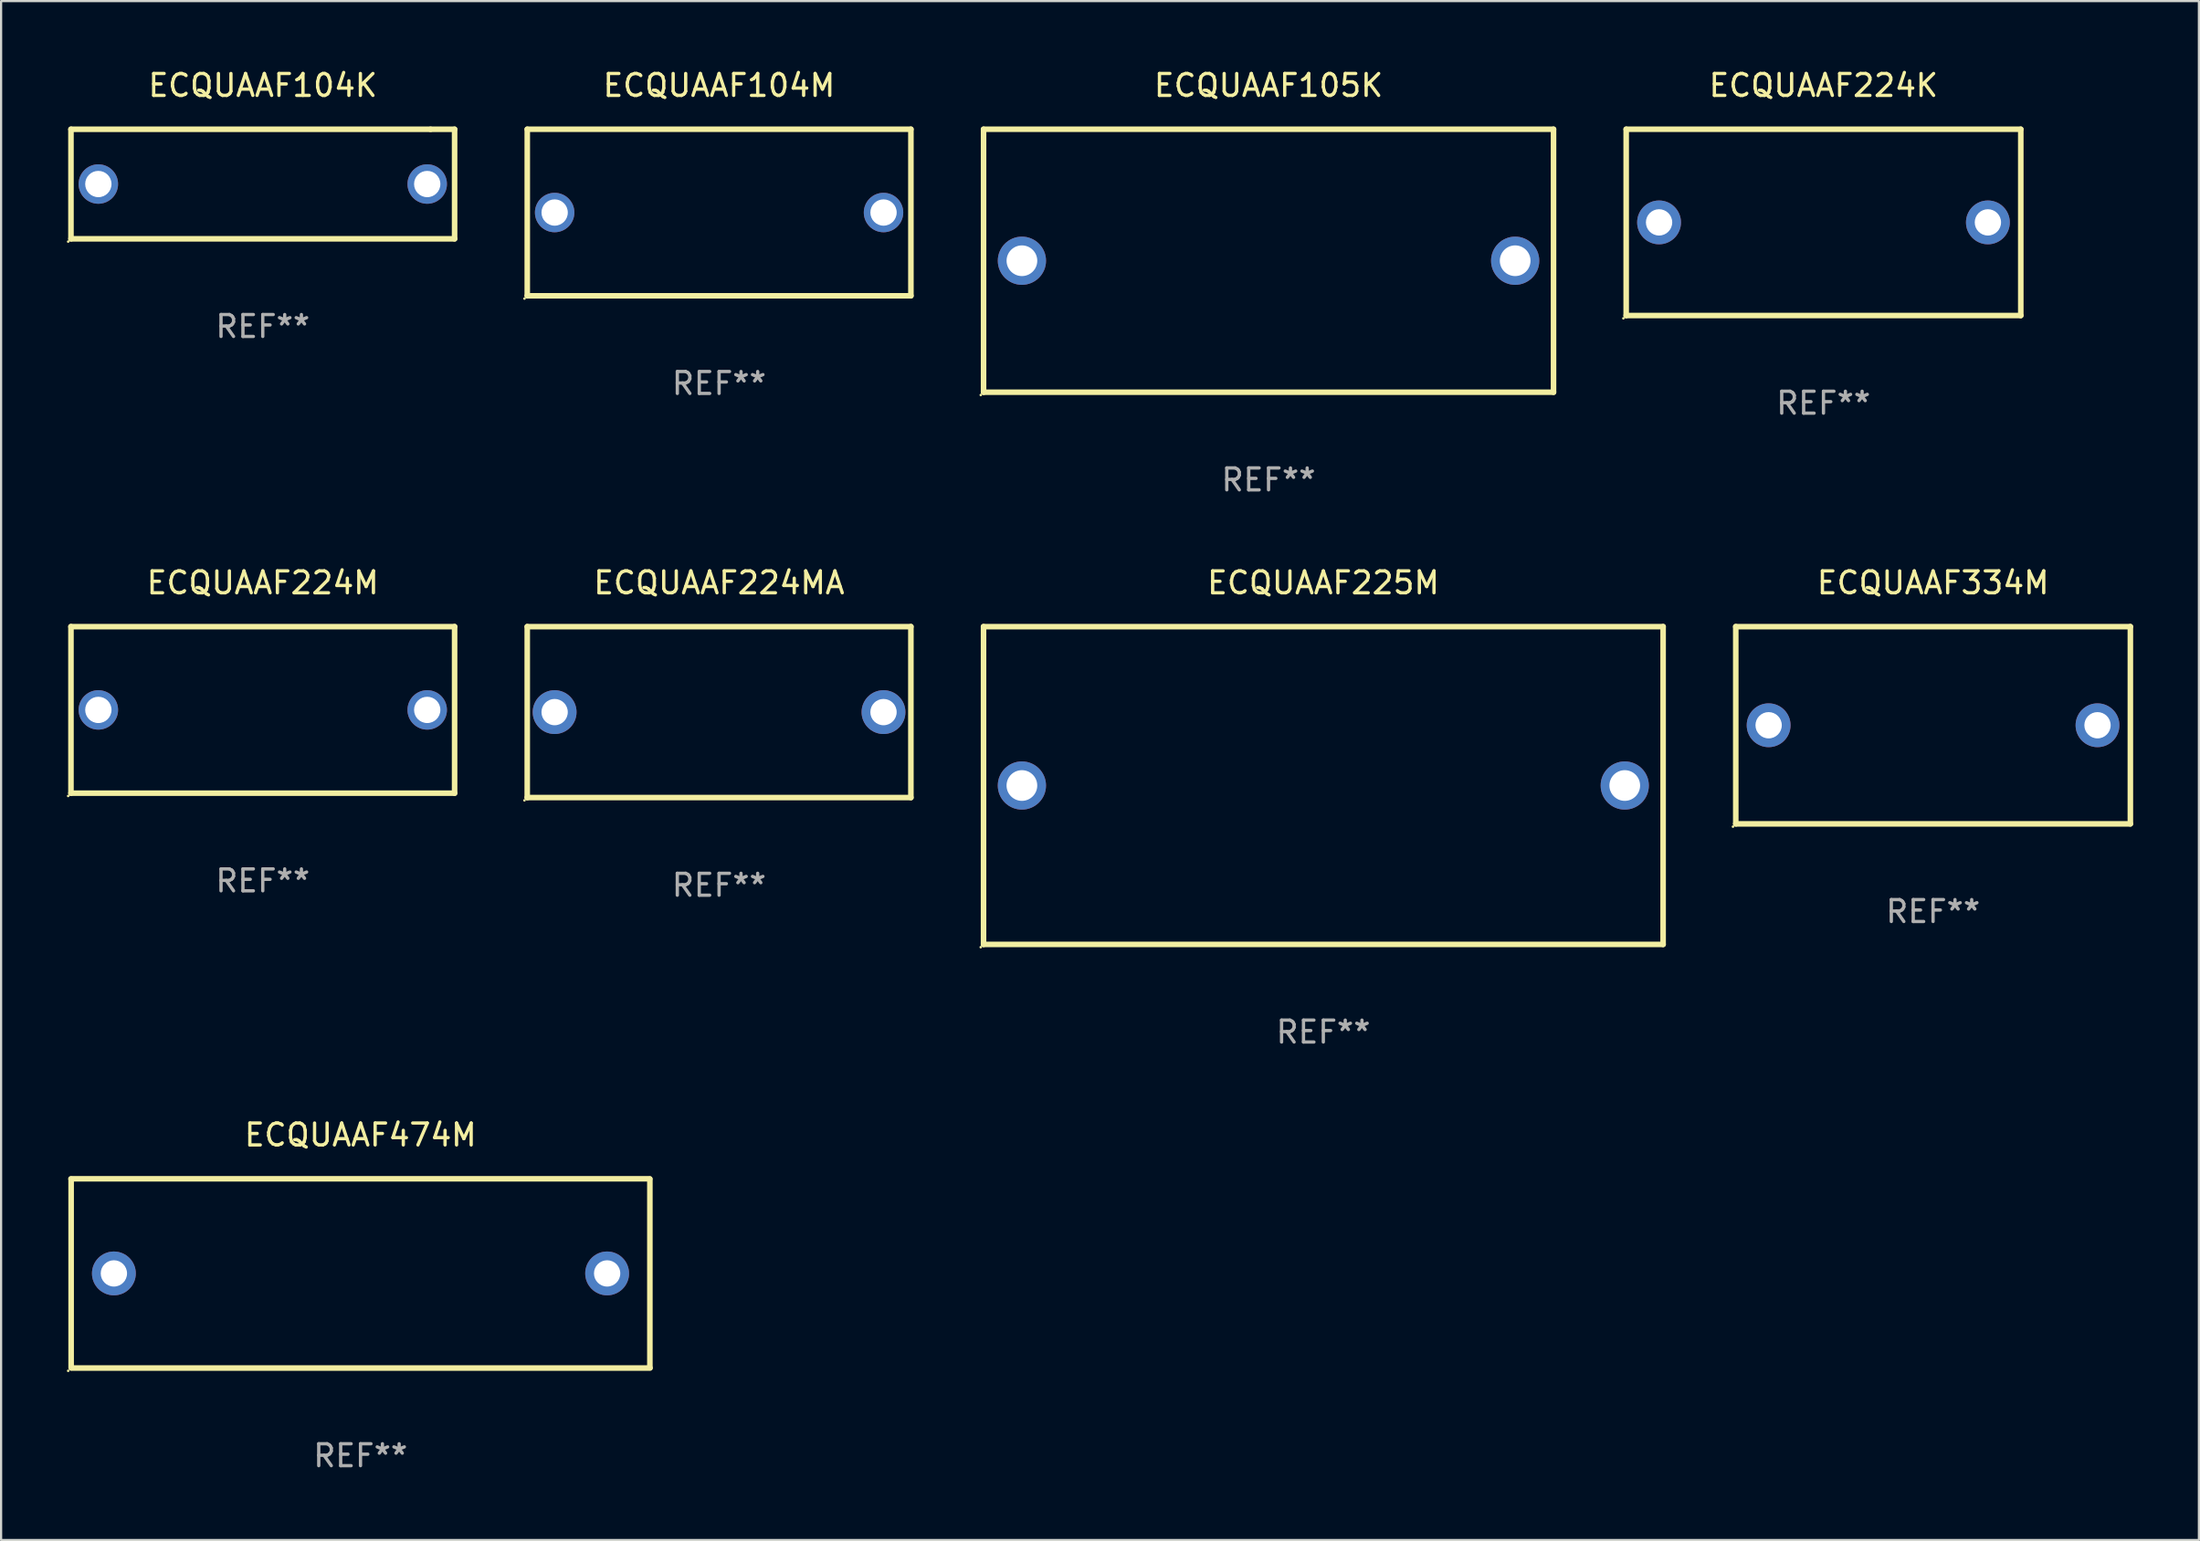
<source format=kicad_pcb>
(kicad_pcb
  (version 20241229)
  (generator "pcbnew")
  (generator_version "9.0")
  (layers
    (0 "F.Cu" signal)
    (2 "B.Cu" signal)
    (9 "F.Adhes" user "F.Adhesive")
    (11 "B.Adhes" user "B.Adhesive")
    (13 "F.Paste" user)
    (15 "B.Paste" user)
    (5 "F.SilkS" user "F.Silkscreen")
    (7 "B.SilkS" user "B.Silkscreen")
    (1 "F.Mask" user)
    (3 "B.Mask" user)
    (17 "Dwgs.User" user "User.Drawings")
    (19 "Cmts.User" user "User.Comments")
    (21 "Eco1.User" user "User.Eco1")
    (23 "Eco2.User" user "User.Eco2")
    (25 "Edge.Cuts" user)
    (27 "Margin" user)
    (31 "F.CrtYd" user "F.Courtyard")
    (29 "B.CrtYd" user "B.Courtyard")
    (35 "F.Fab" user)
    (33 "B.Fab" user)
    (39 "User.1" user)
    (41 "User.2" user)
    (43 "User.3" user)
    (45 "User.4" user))
  (footprint "ECQUAAF224K"
    (layer "F.Cu")
    (at 80.13 7.098)
    (property "Reference" "ECQUAAF224K" (at 0 -6.25 0) (layer "F.SilkS") (effects (font (size 1 1) (thickness 0.15))))
    (attr through_hole)
    (fp_line (start -9 -4.25) (end -9 4.25) (stroke (width 0.254) (type solid)) (layer "F.SilkS"))
    (fp_line (start -9 -4.25) (end 9 -4.25) (stroke (width 0.254) (type solid)) (layer "F.SilkS"))
    (fp_line (start 9 4.25) (end -9 4.25) (stroke (width 0.254) (type solid)) (layer "F.SilkS"))
    (fp_line (start 9 4.25) (end 9 -4.25) (stroke (width 0.254) (type solid)) (layer "F.SilkS"))
    (fp_circle (center -9.127 4.377) (end -9.097 4.377) (stroke (width 0.06) (type solid)) (fill no) (layer "F.SilkS"))
    (fp_text user "REF**" (at 0 8.25 0) (layer "F.Fab") (effects (font (size 1 1) (thickness 0.15))))
    (pad "1" thru_hole circle (at -7.5 0) (size 2 2) (drill 1.2) (layers "*.Cu" "*.Mask"))
    (pad "2" thru_hole circle (at 7.5 0) (size 2 2) (drill 1.2) (layers "*.Cu" "*.Mask")))
  (footprint "ECQUAAF104M"
    (layer "F.Cu")
    (at 29.752 6.648)
    (property "Reference" "ECQUAAF104M" (at 0 -5.8 0) (layer "F.SilkS") (effects (font (size 1 1) (thickness 0.15))))
    (attr through_hole)
    (fp_line (start -8.75 -3.8) (end 8.75 -3.8) (stroke (width 0.254) (type solid)) (layer "F.SilkS"))
    (fp_line (start -8.75 3.8) (end -8.75 -3.8) (stroke (width 0.254) (type solid)) (layer "F.SilkS"))
    (fp_line (start 8.75 -3.8) (end 8.75 3.8) (stroke (width 0.254) (type solid)) (layer "F.SilkS"))
    (fp_line (start 8.75 3.8) (end -8.75 3.8) (stroke (width 0.254) (type solid)) (layer "F.SilkS"))
    (fp_circle (center -8.877 3.927) (end -8.847 3.927) (stroke (width 0.06) (type solid)) (fill no) (layer "F.SilkS"))
    (fp_text user "REF**" (at 0 7.8 0) (layer "F.Fab") (effects (font (size 1 1) (thickness 0.15))))
    (pad "1" thru_hole circle (at -7.501 0) (size 1.8 1.8) (drill 1.2) (layers "*.Cu" "*.Mask"))
    (pad "2" thru_hole circle (at 7.501 0) (size 1.8 1.8) (drill 1.2) (layers "*.Cu" "*.Mask")))
  (footprint "ECQUAAF104K"
    (layer "F.Cu")
    (at 8.937 5.348)
    (property "Reference" "ECQUAAF104K" (at 0 -4.5 0) (layer "F.SilkS") (effects (font (size 1 1) (thickness 0.15))))
    (attr through_hole)
    (fp_line (start -8.75 -2.499) (end 7.653 -2.499) (stroke (width 0.254) (type solid)) (layer "F.SilkS"))
    (fp_line (start -8.75 2.5) (end -8.75 -2.5) (stroke (width 0.254) (type solid)) (layer "F.SilkS"))
    (fp_line (start 7.653 -2.499) (end 8.75 -2.499) (stroke (width 0.254) (type solid)) (layer "F.SilkS"))
    (fp_line (start 8.75 -2.5) (end 8.75 2.5) (stroke (width 0.254) (type solid)) (layer "F.SilkS"))
    (fp_line (start 8.75 2.5) (end -8.75 2.5) (stroke (width 0.254) (type solid)) (layer "F.SilkS"))
    (fp_circle (center -8.877 2.627) (end -8.847 2.627) (stroke (width 0.06) (type solid)) (fill no) (layer "F.SilkS"))
    (fp_text user "REF**" (at 0 6.5 0) (layer "F.Fab") (effects (font (size 1 1) (thickness 0.15))))
    (pad "1" thru_hole circle (at -7.501 0) (size 1.8 1.8) (drill 1.2) (layers "*.Cu" "*.Mask"))
    (pad "2" thru_hole circle (at 7.501 0) (size 1.8 1.8) (drill 1.2) (layers "*.Cu" "*.Mask")))
  (footprint "ECQUAAF474M"
    (layer "F.Cu")
    (at 13.395 55.059)
    (property "Reference" "ECQUAAF474M" (at 0 -6.318 0) (layer "F.SilkS") (effects (font (size 1 1) (thickness 0.15))))
    (attr through_hole)
    (fp_line (start -13.208 -4.318) (end 13.193 -4.318) (stroke (width 0.254) (type solid)) (layer "F.SilkS"))
    (fp_line (start -13.2 4.3) (end -13.2 -4.3) (stroke (width 0.254) (type solid)) (layer "F.SilkS"))
    (fp_line (start 13.2 -4.3) (end 13.2 4.3) (stroke (width 0.254) (type solid)) (layer "F.SilkS"))
    (fp_line (start 13.208 4.318) (end -13.193 4.318) (stroke (width 0.254) (type solid)) (layer "F.SilkS"))
    (fp_circle (center -13.335 4.445) (end -13.305 4.445) (stroke (width 0.06) (type solid)) (fill no) (layer "F.SilkS"))
    (fp_text user "REF**" (at 0 8.318 0) (layer "F.Fab") (effects (font (size 1 1) (thickness 0.15))))
    (pad "1" thru_hole circle (at -11.25 0) (size 2 2) (drill 1.2) (layers "*.Cu" "*.Mask"))
    (pad "2" thru_hole circle (at 11.25 0) (size 2 2) (drill 1.2) (layers "*.Cu" "*.Mask")))
  (footprint "ECQUAAF225M"
    (layer "F.Cu")
    (at 57.315 32.795)
    (property "Reference" "ECQUAAF225M" (at 0 -9.25 0) (layer "F.SilkS") (effects (font (size 1 1) (thickness 0.15))))
    (attr through_hole)
    (fp_line (start -15.5 -7.25) (end 15.5 -7.25) (stroke (width 0.254) (type solid)) (layer "F.SilkS"))
    (fp_line (start -15.5 7.25) (end -15.5 -7.25) (stroke (width 0.254) (type solid)) (layer "F.SilkS"))
    (fp_line (start 15.5 -7.25) (end 15.5 7.25) (stroke (width 0.254) (type solid)) (layer "F.SilkS"))
    (fp_line (start 15.5 7.25) (end -15.5 7.25) (stroke (width 0.254) (type solid)) (layer "F.SilkS"))
    (fp_circle (center -15.627 7.377) (end -15.597 7.377) (stroke (width 0.06) (type solid)) (fill no) (layer "F.SilkS"))
    (fp_text user "REF**" (at 0 11.25 0) (layer "F.Fab") (effects (font (size 1 1) (thickness 0.15))))
    (pad "1" thru_hole circle (at -13.75 -0.000013) (size 2.2 2.2) (drill 1.4) (layers "*.Cu" "*.Mask"))
    (pad "2" thru_hole circle (at 13.75 -0.000013) (size 2.2 2.2) (drill 1.4) (layers "*.Cu" "*.Mask")))
  (footprint "ECQUAAF224M"
    (layer "F.Cu")
    (at 8.937 29.345)
    (property "Reference" "ECQUAAF224M" (at 0 -5.8 0) (layer "F.SilkS") (effects (font (size 1 1) (thickness 0.15))))
    (attr through_hole)
    (fp_line (start -8.75 -3.8) (end 8.75 -3.8) (stroke (width 0.254) (type solid)) (layer "F.SilkS"))
    (fp_line (start -8.75 3.8) (end -8.75 -3.8) (stroke (width 0.254) (type solid)) (layer "F.SilkS"))
    (fp_line (start 8.75 -3.8) (end 8.75 3.8) (stroke (width 0.254) (type solid)) (layer "F.SilkS"))
    (fp_line (start 8.75 3.8) (end -8.75 3.8) (stroke (width 0.254) (type solid)) (layer "F.SilkS"))
    (fp_circle (center -8.877 3.927) (end -8.847 3.927) (stroke (width 0.06) (type solid)) (fill no) (layer "F.SilkS"))
    (fp_text user "REF**" (at 0 7.8 0) (layer "F.Fab") (effects (font (size 1 1) (thickness 0.15))))
    (pad "1" thru_hole circle (at -7.501 0) (size 1.8 1.8) (drill 1.2) (layers "*.Cu" "*.Mask"))
    (pad "2" thru_hole circle (at 7.501 0) (size 1.8 1.8) (drill 1.2) (layers "*.Cu" "*.Mask")))
  (footprint "ECQUAAF105K"
    (layer "F.Cu")
    (at 54.816 8.848)
    (property "Reference" "ECQUAAF105K" (at 0 -8 0) (layer "F.SilkS") (effects (font (size 1 1) (thickness 0.15))))
    (attr through_hole)
    (fp_line (start -13 -6) (end 13 -6) (stroke (width 0.254) (type solid)) (layer "F.SilkS"))
    (fp_line (start -13 6) (end -13 -6) (stroke (width 0.254) (type solid)) (layer "F.SilkS"))
    (fp_line (start 13 -6) (end 13 6) (stroke (width 0.254) (type solid)) (layer "F.SilkS"))
    (fp_line (start 13 6) (end -13 6) (stroke (width 0.254) (type solid)) (layer "F.SilkS"))
    (fp_circle (center -13.127 6.127) (end -13.097 6.127) (stroke (width 0.06) (type solid)) (fill no) (layer "F.SilkS"))
    (fp_text user "REF**" (at 0 10 0) (layer "F.Fab") (effects (font (size 1 1) (thickness 0.15))))
    (pad "1" thru_hole circle (at -11.25 0) (size 2.2 2.2) (drill 1.4) (layers "*.Cu" "*.Mask"))
    (pad "2" thru_hole circle (at 11.25 0) (size 2.2 2.2) (drill 1.4) (layers "*.Cu" "*.Mask")))
  (footprint "ECQUAAF334M"
    (layer "F.Cu")
    (at 85.129 30.045)
    (property "Reference" "ECQUAAF334M" (at 0 -6.5 0) (layer "F.SilkS") (effects (font (size 1 1) (thickness 0.15))))
    (attr through_hole)
    (fp_line (start -9 -4.5) (end -9 4.5) (stroke (width 0.254) (type solid)) (layer "F.SilkS"))
    (fp_line (start -9 -4.5) (end 9 -4.5) (stroke (width 0.254) (type solid)) (layer "F.SilkS"))
    (fp_line (start 9 4.5) (end -9 4.5) (stroke (width 0.254) (type solid)) (layer "F.SilkS"))
    (fp_line (start 9 4.5) (end 9 -4.5) (stroke (width 0.254) (type solid)) (layer "F.SilkS"))
    (fp_circle (center -9.127 4.627) (end -9.097 4.627) (stroke (width 0.06) (type solid)) (fill no) (layer "F.SilkS"))
    (fp_text user "REF**" (at 0 8.5 0) (layer "F.Fab") (effects (font (size 1 1) (thickness 0.15))))
    (pad "1" thru_hole circle (at -7.501 -0.000127) (size 2 2) (drill 1.2) (layers "*.Cu" "*.Mask"))
    (pad "2" thru_hole circle (at 7.501 -0.000127) (size 2 2) (drill 1.2) (layers "*.Cu" "*.Mask")))
  (footprint "ECQUAAF224MA"
    (layer "F.Cu")
    (at 29.751 29.445)
    (property "Reference" "ECQUAAF224MA" (at 0 -5.9 0) (layer "F.SilkS") (effects (font (size 1 1) (thickness 0.15))))
    (attr through_hole)
    (fp_line (start -8.75 -3.9) (end 8.75 -3.9) (stroke (width 0.254) (type solid)) (layer "F.SilkS"))
    (fp_line (start -8.75 3.9) (end -8.75 -3.9) (stroke (width 0.254) (type solid)) (layer "F.SilkS"))
    (fp_line (start 8.75 -3.9) (end 8.75 3.9) (stroke (width 0.254) (type solid)) (layer "F.SilkS"))
    (fp_line (start 8.75 3.9) (end -8.75 3.9) (stroke (width 0.254) (type solid)) (layer "F.SilkS"))
    (fp_circle (center -8.877 4.027) (end -8.847 4.027) (stroke (width 0.06) (type solid)) (fill no) (layer "F.SilkS"))
    (fp_text user "REF**" (at 0 7.9 0) (layer "F.Fab") (effects (font (size 1 1) (thickness 0.15))))
    (pad "1" thru_hole circle (at -7.501 0) (size 2 2) (drill 1.2) (layers "*.Cu" "*.Mask"))
    (pad "2" thru_hole circle (at 7.501 0) (size 2 2) (drill 1.2) (layers "*.Cu" "*.Mask")))
  (gr_rect
    (start -3 -3)
    (end 97.256 67.226)
    (stroke (width 0.1) (type default))
    (fill no)
    (layer "Edge.Cuts")))
</source>
